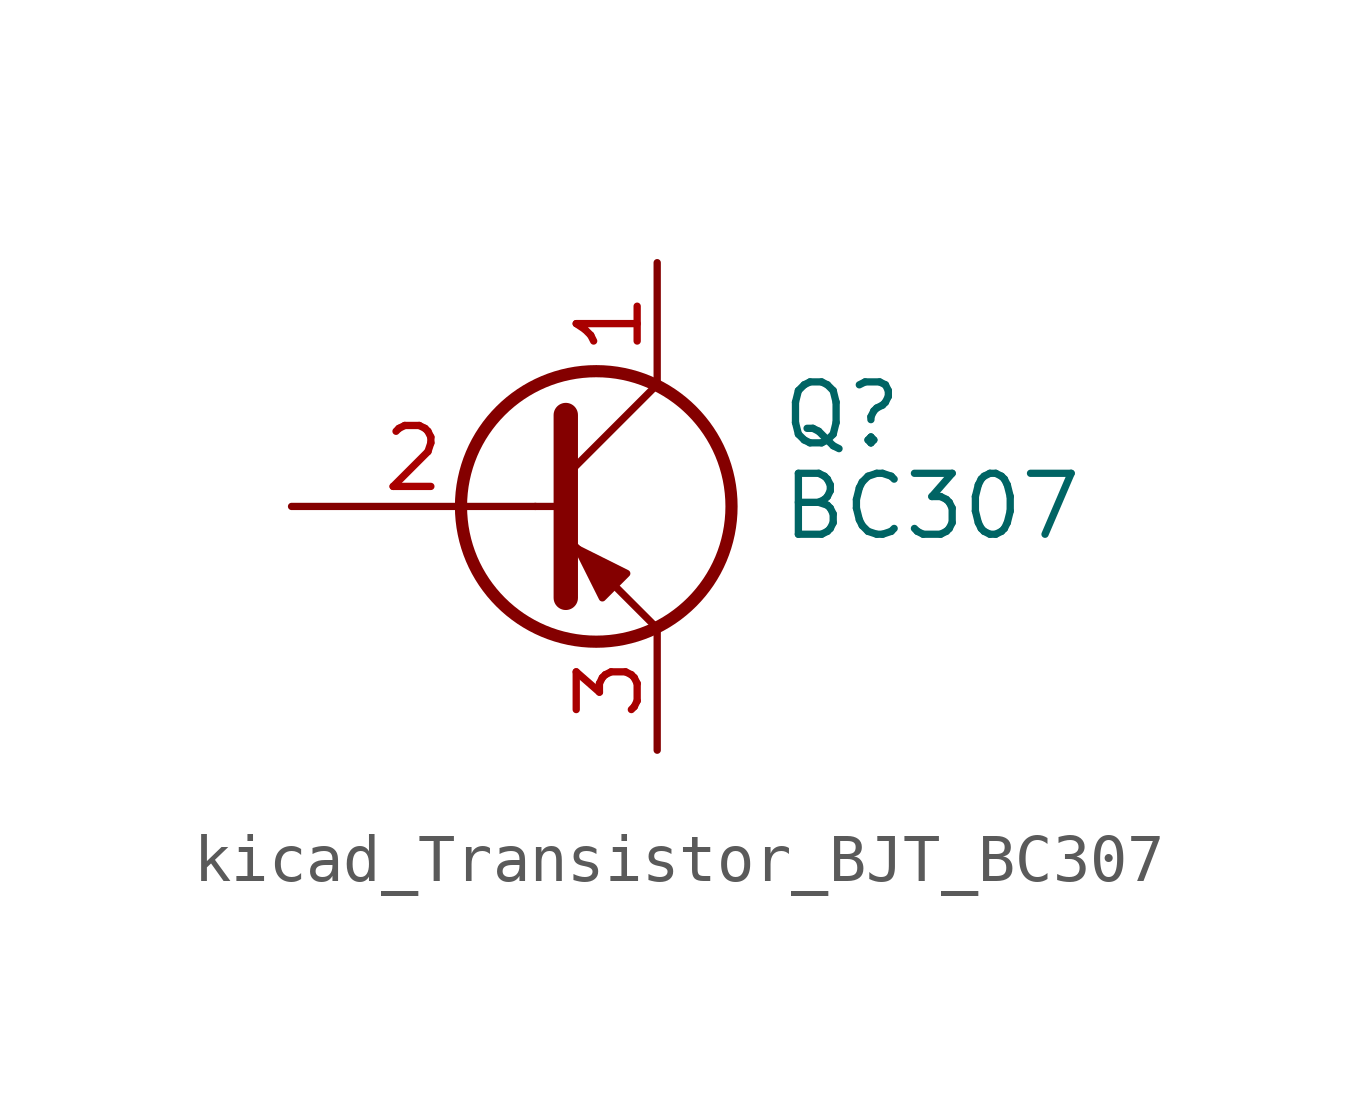
<source format=kicad_sym>
(kicad_symbol_lib
  (version 20220914)
  (generator kicad_symbol_editor)
  (symbol "kicad_Transistor_BJT_BC307"
    (pin_names
      (offset 0) hide)
    (property "Reference" "Q"
      (at 5.08 1.905 0)
      (effects (font (size 1.27 1.27)) (justify left)))
    (property "Value" "BC307"
      (at 5.08 0 0)
      (effects (font (size 1.27 1.27)) (justify left)))
    (symbol "kicad_Transistor_BJT_BC307_0_1"
      (polyline (pts (xy 0 0) (xy 0.635 0)) (stroke (width 0) (type default)) (fill (type none)))
      (polyline (pts (xy 2.54 -2.54) (xy 0.635 -0.635)) (stroke (width 0) (type default)) (fill (type none)))
      (polyline (pts (xy 2.54 2.54) (xy 0.635 0.635)) (stroke (width 0) (type default)) (fill (type none)))
      (polyline (pts (xy 0.635 1.905) (xy 0.635 -1.905) (xy 0.635 -1.905)) (stroke (width 0.508) (type default)) (fill (type outline)))
      (polyline (pts (xy 1.397 -1.905) (xy 1.905 -1.397) (xy 0.889 -0.889) (xy 1.397 -1.905) (xy 1.397 -1.905)) (stroke (width 0) (type default)) (fill (type outline)))
      (circle (center 1.27 0) (radius 2.819) (stroke (width 0.254) (type default)) (fill (type none))))
    (symbol "kicad_Transistor_BJT_BC307_1_1"
      (pin passive line (at 2.54 5.08 270) (length 2.54) (name "C" (effects (font (size 1.27 1.27)))) (number "1" (effects (font (size 1.27 1.27)))))
      (pin input line (at -5.08 0 0) (length 5.08) (name "B" (effects (font (size 1.27 1.27)))) (number "2" (effects (font (size 1.27 1.27)))))
      (pin passive line (at 2.54 -5.08 90) (length 2.54) (name "E" (effects (font (size 1.27 1.27)))) (number "3" (effects (font (size 1.27 1.27))))))))
</source>
